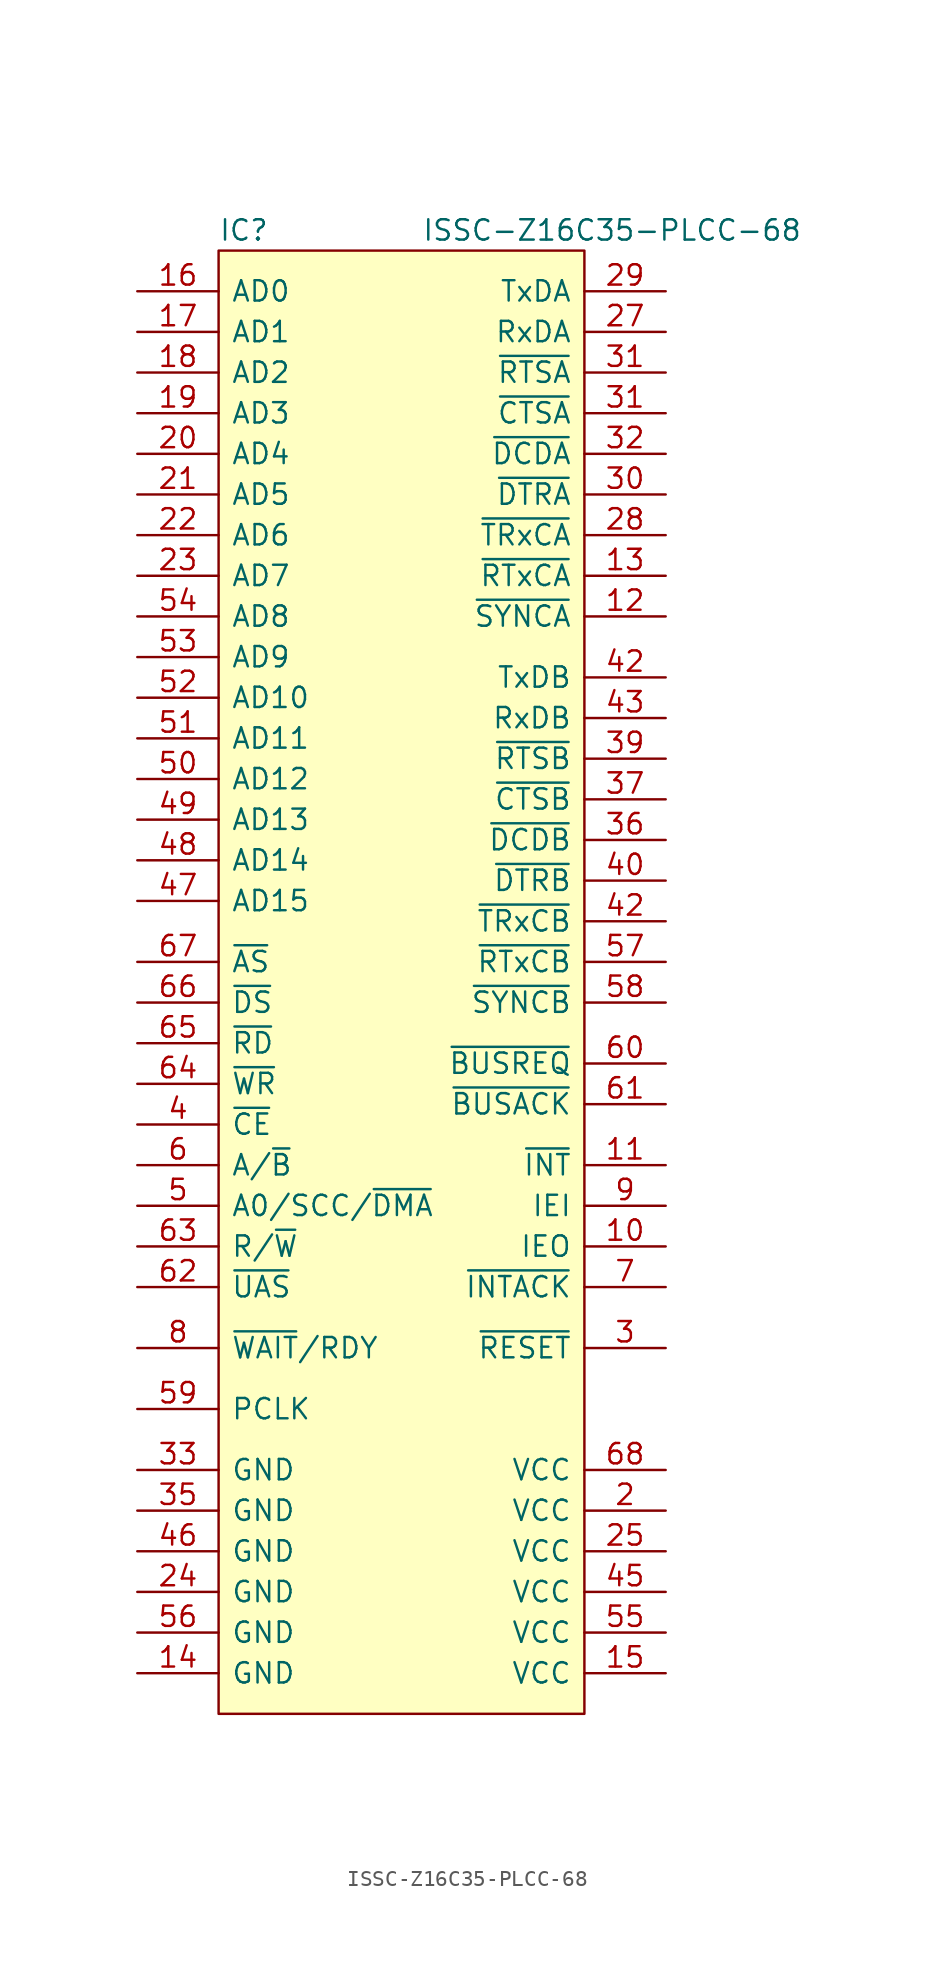
<source format=kicad_sym>
(kicad_symbol_lib
  (version 20220914)
  (generator kicad_symbol_editor)
  (symbol "ISSC-Z16C35-PLCC-68"
    (pin_names
      (offset 0.762))
    (property "Reference" "IC"
      (at 0 1.27 0)
      (effects (font (size 1.27 1.27)) (justify left)))
    (property "Value" "ISSC-Z16C35-PLCC-68"
      (at 12.7 1.27 0)
      (effects (font (size 1.27 1.27)) (justify left)))
    (symbol "ISSC-Z16C35-PLCC-68_0_0"
      (pin output line (at 27.94 -62.23 180) (length 5.08) (name "IEO" (effects (font (size 1.27 1.27)))) (number "10" (effects (font (size 1.27 1.27)))))
      (pin output line (at 27.94 -57.15 180) (length 5.08) (name "~{INT}" (effects (font (size 1.27 1.27)))) (number "11" (effects (font (size 1.27 1.27)))))
      (pin bidirectional line (at 27.94 -22.86 180) (length 5.08) (name "~{SYNCA}" (effects (font (size 1.27 1.27)))) (number "12" (effects (font (size 1.27 1.27)))))
      (pin input line (at 27.94 -20.32 180) (length 5.08) (name "~{RTxCA}" (effects (font (size 1.27 1.27)))) (number "13" (effects (font (size 1.27 1.27)))))
      (pin power_in line (at -5.08 -88.9 0) (length 5.08) (name "GND" (effects (font (size 1.27 1.27)))) (number "14" (effects (font (size 1.27 1.27)))))
      (pin power_in line (at 27.94 -88.9 180) (length 5.08) (name "VCC" (effects (font (size 1.27 1.27)))) (number "15" (effects (font (size 1.27 1.27)))))
      (pin tri_state line (at -5.08 -2.54 0) (length 5.08) (name "AD0" (effects (font (size 1.27 1.27)))) (number "16" (effects (font (size 1.27 1.27)))))
      (pin tri_state line (at -5.08 -5.08 0) (length 5.08) (name "AD1" (effects (font (size 1.27 1.27)))) (number "17" (effects (font (size 1.27 1.27)))))
      (pin tri_state line (at -5.08 -7.62 0) (length 5.08) (name "AD2" (effects (font (size 1.27 1.27)))) (number "18" (effects (font (size 1.27 1.27)))))
      (pin tri_state line (at -5.08 -10.16 0) (length 5.08) (name "AD3" (effects (font (size 1.27 1.27)))) (number "19" (effects (font (size 1.27 1.27)))))
      (pin power_in line (at 27.94 -78.74 180) (length 5.08) (name "VCC" (effects (font (size 1.27 1.27)))) (number "2" (effects (font (size 1.27 1.27)))))
      (pin tri_state line (at -5.08 -12.7 0) (length 5.08) (name "AD4" (effects (font (size 1.27 1.27)))) (number "20" (effects (font (size 1.27 1.27)))))
      (pin tri_state line (at -5.08 -15.24 0) (length 5.08) (name "AD5" (effects (font (size 1.27 1.27)))) (number "21" (effects (font (size 1.27 1.27)))))
      (pin tri_state line (at -5.08 -17.78 0) (length 5.08) (name "AD6" (effects (font (size 1.27 1.27)))) (number "22" (effects (font (size 1.27 1.27)))))
      (pin tri_state line (at -5.08 -20.32 0) (length 5.08) (name "AD7" (effects (font (size 1.27 1.27)))) (number "23" (effects (font (size 1.27 1.27)))))
      (pin power_in line (at -5.08 -83.82 0) (length 5.08) (name "GND" (effects (font (size 1.27 1.27)))) (number "24" (effects (font (size 1.27 1.27)))))
      (pin power_in line (at 27.94 -81.28 180) (length 5.08) (name "VCC" (effects (font (size 1.27 1.27)))) (number "25" (effects (font (size 1.27 1.27)))))
      (pin input line (at 27.94 -5.08 180) (length 5.08) (name "RxDA" (effects (font (size 1.27 1.27)))) (number "27" (effects (font (size 1.27 1.27)))))
      (pin bidirectional line (at 27.94 -17.78 180) (length 5.08) (name "~{TRxCA}" (effects (font (size 1.27 1.27)))) (number "28" (effects (font (size 1.27 1.27)))))
      (pin output line (at 27.94 -2.54 180) (length 5.08) (name "TxDA" (effects (font (size 1.27 1.27)))) (number "29" (effects (font (size 1.27 1.27)))))
      (pin input line (at 27.94 -68.58 180) (length 5.08) (name "~{RESET}" (effects (font (size 1.27 1.27)))) (number "3" (effects (font (size 1.27 1.27)))))
      (pin output line (at 27.94 -15.24 180) (length 5.08) (name "~{DTRA}" (effects (font (size 1.27 1.27)))) (number "30" (effects (font (size 1.27 1.27)))))
      (pin input line (at 27.94 -10.16 180) (length 5.08) (name "~{CTSA}" (effects (font (size 1.27 1.27)))) (number "31" (effects (font (size 1.27 1.27)))))
      (pin output line (at 27.94 -7.62 180) (length 5.08) (name "~{RTSA}" (effects (font (size 1.27 1.27)))) (number "31" (effects (font (size 1.27 1.27)))))
      (pin input line (at 27.94 -12.7 180) (length 5.08) (name "~{DCDA}" (effects (font (size 1.27 1.27)))) (number "32" (effects (font (size 1.27 1.27)))))
      (pin power_in line (at -5.08 -76.2 0) (length 5.08) (name "GND" (effects (font (size 1.27 1.27)))) (number "33" (effects (font (size 1.27 1.27)))))
      (pin power_in line (at -5.08 -78.74 0) (length 5.08) (name "GND" (effects (font (size 1.27 1.27)))) (number "35" (effects (font (size 1.27 1.27)))))
      (pin input line (at 27.94 -36.83 180) (length 5.08) (name "~{DCDB}" (effects (font (size 1.27 1.27)))) (number "36" (effects (font (size 1.27 1.27)))))
      (pin input line (at 27.94 -34.29 180) (length 5.08) (name "~{CTSB}" (effects (font (size 1.27 1.27)))) (number "37" (effects (font (size 1.27 1.27)))))
      (pin output line (at 27.94 -31.75 180) (length 5.08) (name "~{RTSB}" (effects (font (size 1.27 1.27)))) (number "39" (effects (font (size 1.27 1.27)))))
      (pin input line (at -5.08 -54.61 0) (length 5.08) (name "~{CE}" (effects (font (size 1.27 1.27)))) (number "4" (effects (font (size 1.27 1.27)))))
      (pin output line (at 27.94 -39.37 180) (length 5.08) (name "~{DTRB}" (effects (font (size 1.27 1.27)))) (number "40" (effects (font (size 1.27 1.27)))))
      (pin output line (at 27.94 -26.67 180) (length 5.08) (name "TxDB" (effects (font (size 1.27 1.27)))) (number "42" (effects (font (size 1.27 1.27)))))
      (pin bidirectional line (at 27.94 -41.91 180) (length 5.08) (name "~{TRxCB}" (effects (font (size 1.27 1.27)))) (number "42" (effects (font (size 1.27 1.27)))))
      (pin input line (at 27.94 -29.21 180) (length 5.08) (name "RxDB" (effects (font (size 1.27 1.27)))) (number "43" (effects (font (size 1.27 1.27)))))
      (pin power_in line (at 27.94 -83.82 180) (length 5.08) (name "VCC" (effects (font (size 1.27 1.27)))) (number "45" (effects (font (size 1.27 1.27)))))
      (pin power_in line (at -5.08 -81.28 0) (length 5.08) (name "GND" (effects (font (size 1.27 1.27)))) (number "46" (effects (font (size 1.27 1.27)))))
      (pin tri_state line (at -5.08 -40.64 0) (length 5.08) (name "AD15" (effects (font (size 1.27 1.27)))) (number "47" (effects (font (size 1.27 1.27)))))
      (pin tri_state line (at -5.08 -38.1 0) (length 5.08) (name "AD14" (effects (font (size 1.27 1.27)))) (number "48" (effects (font (size 1.27 1.27)))))
      (pin tri_state line (at -5.08 -35.56 0) (length 5.08) (name "AD13" (effects (font (size 1.27 1.27)))) (number "49" (effects (font (size 1.27 1.27)))))
      (pin bidirectional line (at -5.08 -59.69 0) (length 5.08) (name "A0/SCC/~{DMA}" (effects (font (size 1.27 1.27)))) (number "5" (effects (font (size 1.27 1.27)))))
      (pin tri_state line (at -5.08 -33.02 0) (length 5.08) (name "AD12" (effects (font (size 1.27 1.27)))) (number "50" (effects (font (size 1.27 1.27)))))
      (pin tri_state line (at -5.08 -30.48 0) (length 5.08) (name "AD11" (effects (font (size 1.27 1.27)))) (number "51" (effects (font (size 1.27 1.27)))))
      (pin tri_state line (at -5.08 -27.94 0) (length 5.08) (name "AD10" (effects (font (size 1.27 1.27)))) (number "52" (effects (font (size 1.27 1.27)))))
      (pin tri_state line (at -5.08 -25.4 0) (length 5.08) (name "AD9" (effects (font (size 1.27 1.27)))) (number "53" (effects (font (size 1.27 1.27)))))
      (pin tri_state line (at -5.08 -22.86 0) (length 5.08) (name "AD8" (effects (font (size 1.27 1.27)))) (number "54" (effects (font (size 1.27 1.27)))))
      (pin power_in line (at 27.94 -86.36 180) (length 5.08) (name "VCC" (effects (font (size 1.27 1.27)))) (number "55" (effects (font (size 1.27 1.27)))))
      (pin power_in line (at -5.08 -86.36 0) (length 5.08) (name "GND" (effects (font (size 1.27 1.27)))) (number "56" (effects (font (size 1.27 1.27)))))
      (pin input line (at 27.94 -44.45 180) (length 5.08) (name "~{RTxCB}" (effects (font (size 1.27 1.27)))) (number "57" (effects (font (size 1.27 1.27)))))
      (pin bidirectional line (at 27.94 -46.99 180) (length 5.08) (name "~{SYNCB}" (effects (font (size 1.27 1.27)))) (number "58" (effects (font (size 1.27 1.27)))))
      (pin input line (at -5.08 -72.39 0) (length 5.08) (name "PCLK" (effects (font (size 1.27 1.27)))) (number "59" (effects (font (size 1.27 1.27)))))
      (pin input line (at -5.08 -57.15 0) (length 5.08) (name "A/~{B}" (effects (font (size 1.27 1.27)))) (number "6" (effects (font (size 1.27 1.27)))))
      (pin output line (at 27.94 -50.8 180) (length 5.08) (name "~{BUSREQ}" (effects (font (size 1.27 1.27)))) (number "60" (effects (font (size 1.27 1.27)))))
      (pin input line (at 27.94 -53.34 180) (length 5.08) (name "~{BUSACK}" (effects (font (size 1.27 1.27)))) (number "61" (effects (font (size 1.27 1.27)))))
      (pin output line (at -5.08 -64.77 0) (length 5.08) (name "~{UAS}" (effects (font (size 1.27 1.27)))) (number "62" (effects (font (size 1.27 1.27)))))
      (pin bidirectional line (at -5.08 -62.23 0) (length 5.08) (name "R/~{W}" (effects (font (size 1.27 1.27)))) (number "63" (effects (font (size 1.27 1.27)))))
      (pin bidirectional line (at -5.08 -52.07 0) (length 5.08) (name "~{WR}" (effects (font (size 1.27 1.27)))) (number "64" (effects (font (size 1.27 1.27)))))
      (pin bidirectional line (at -5.08 -49.53 0) (length 5.08) (name "~{RD}" (effects (font (size 1.27 1.27)))) (number "65" (effects (font (size 1.27 1.27)))))
      (pin bidirectional line (at -5.08 -46.99 0) (length 5.08) (name "~{DS}" (effects (font (size 1.27 1.27)))) (number "66" (effects (font (size 1.27 1.27)))))
      (pin bidirectional line (at -5.08 -44.45 0) (length 5.08) (name "~{AS}" (effects (font (size 1.27 1.27)))) (number "67" (effects (font (size 1.27 1.27)))))
      (pin power_in line (at 27.94 -76.2 180) (length 5.08) (name "VCC" (effects (font (size 1.27 1.27)))) (number "68" (effects (font (size 1.27 1.27)))))
      (pin input line (at 27.94 -64.77 180) (length 5.08) (name "~{INTACK}" (effects (font (size 1.27 1.27)))) (number "7" (effects (font (size 1.27 1.27)))))
      (pin bidirectional line (at -5.08 -68.58 0) (length 5.08) (name "~{WAIT}/RDY" (effects (font (size 1.27 1.27)))) (number "8" (effects (font (size 1.27 1.27)))))
      (pin input line (at 27.94 -59.69 180) (length 5.08) (name "IEI" (effects (font (size 1.27 1.27)))) (number "9" (effects (font (size 1.27 1.27))))))
    (symbol "ISSC-Z16C35-PLCC-68_0_1"
      (rectangle (start 0 0) (end 22.86 -91.44) (stroke (width 0) (type solid)) (fill (type background))))))
</source>
